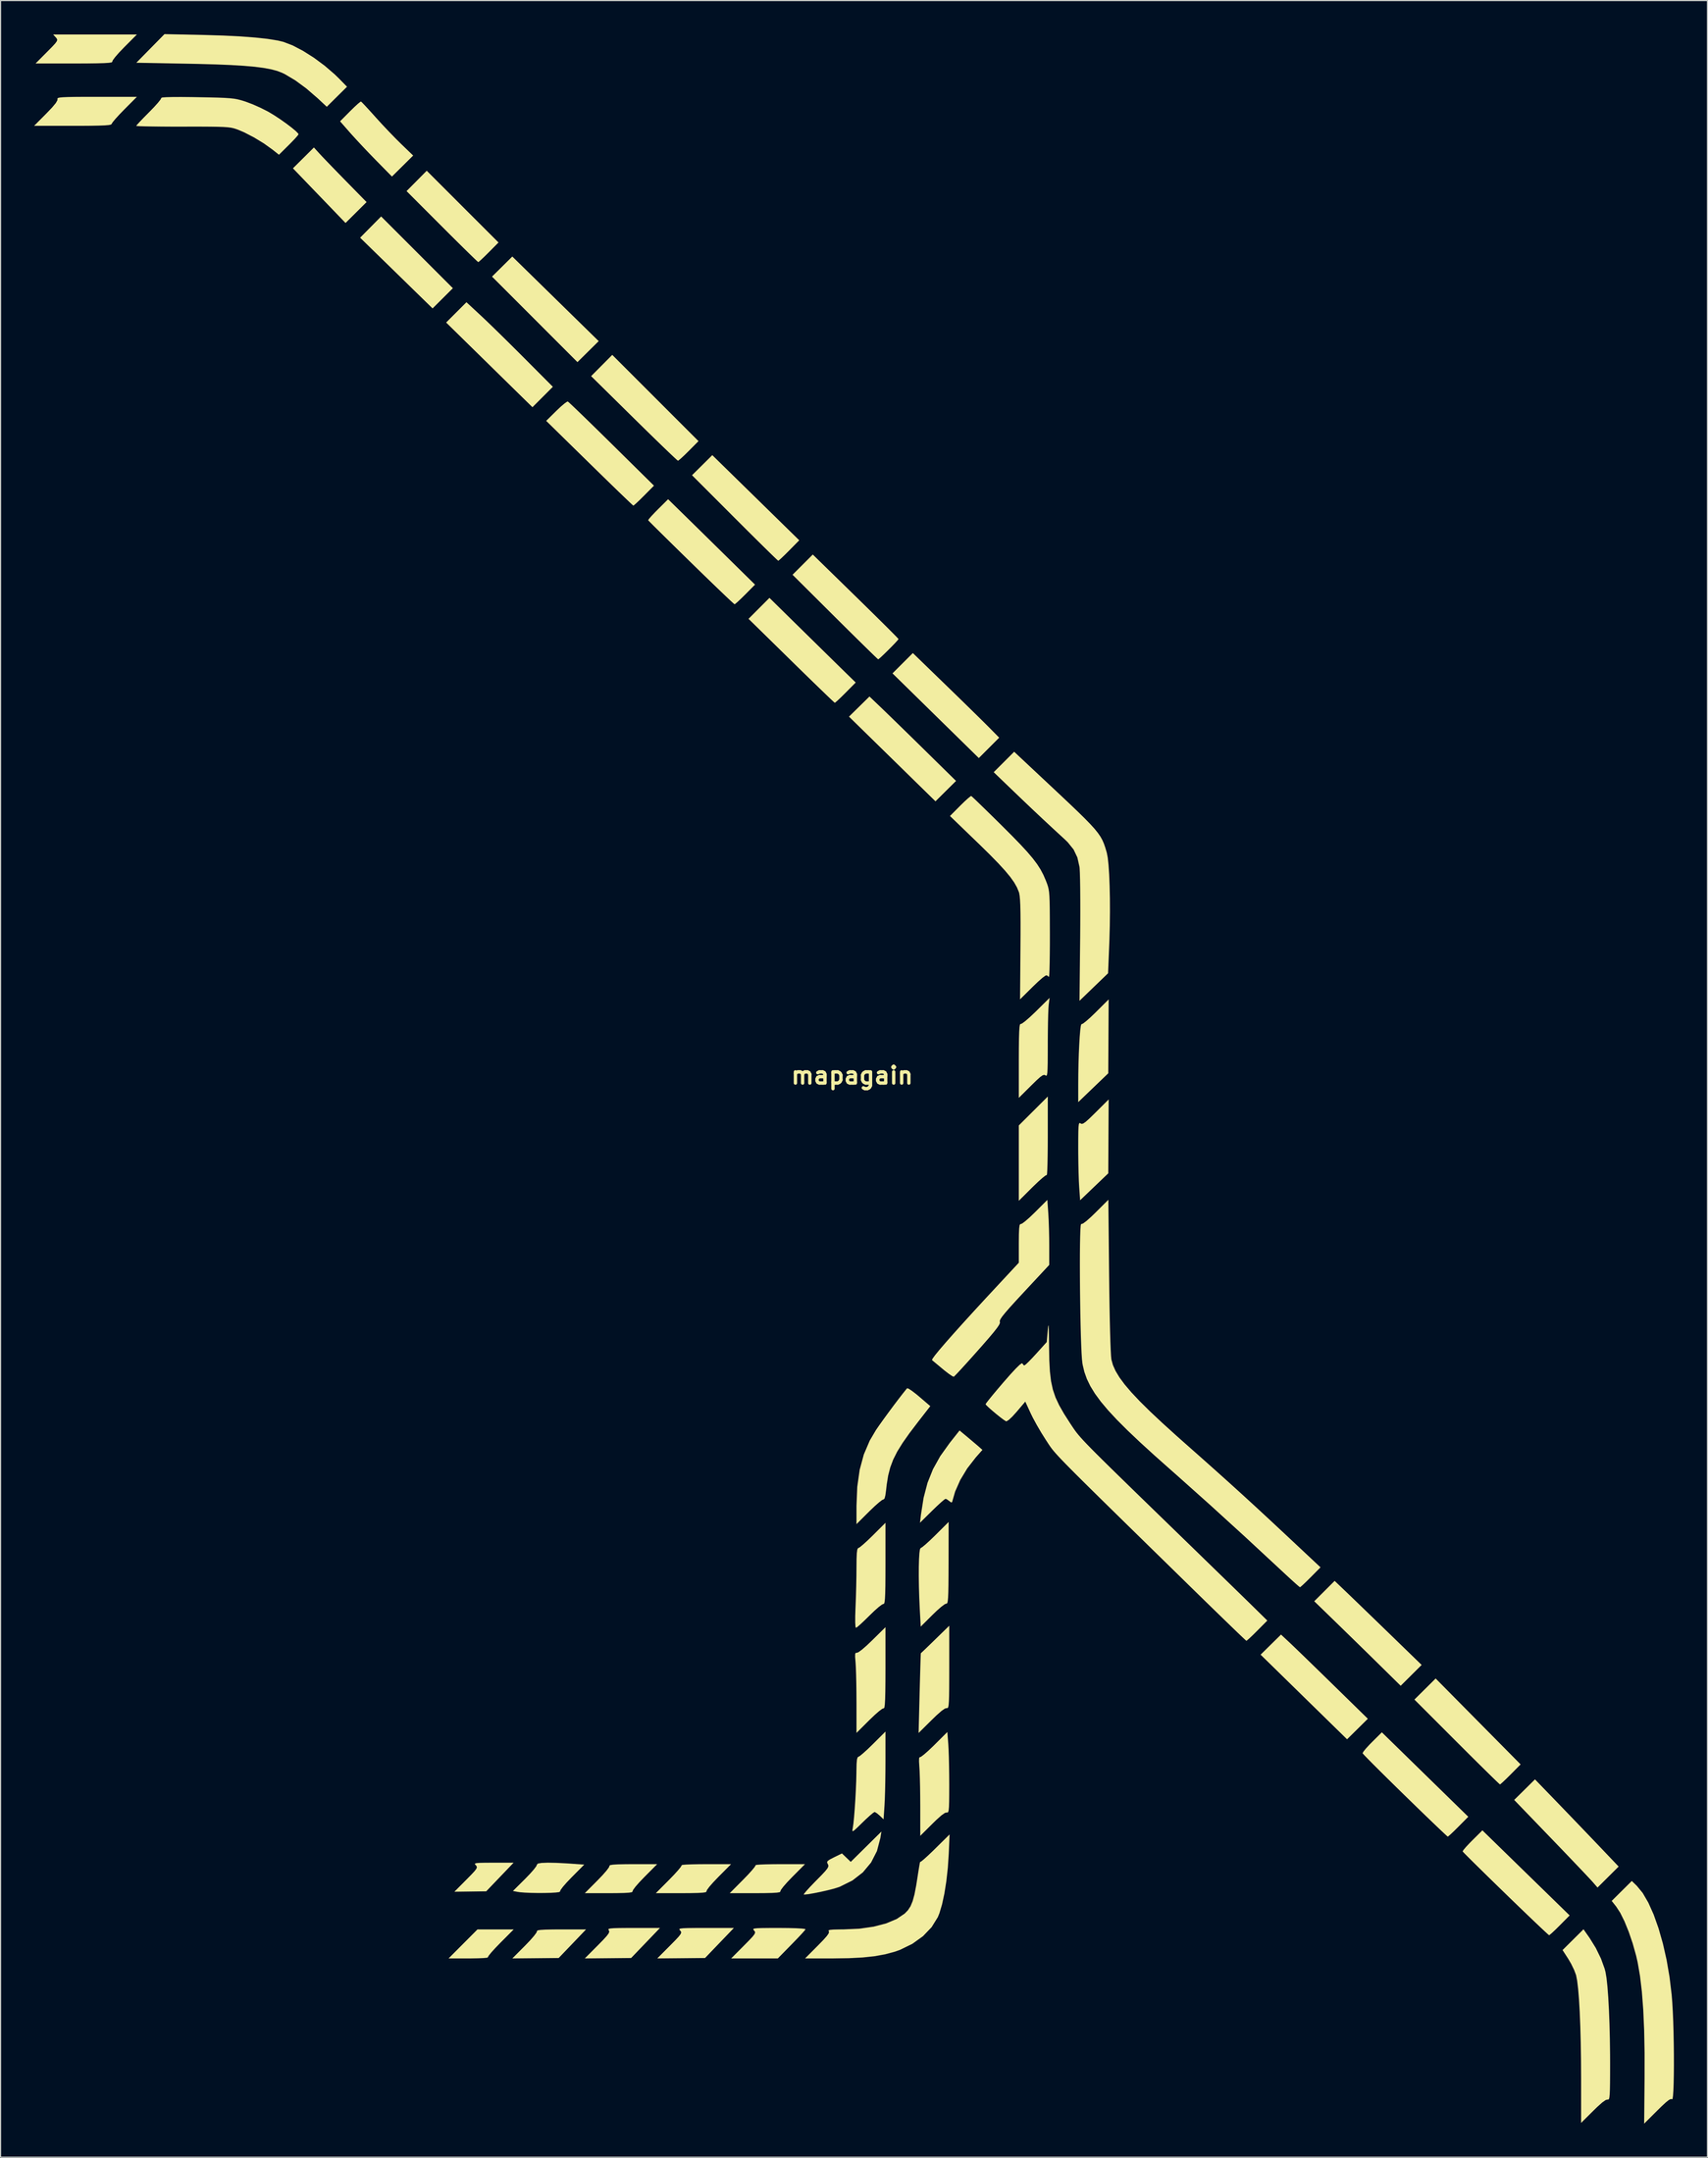
<source format=kicad_pcb>
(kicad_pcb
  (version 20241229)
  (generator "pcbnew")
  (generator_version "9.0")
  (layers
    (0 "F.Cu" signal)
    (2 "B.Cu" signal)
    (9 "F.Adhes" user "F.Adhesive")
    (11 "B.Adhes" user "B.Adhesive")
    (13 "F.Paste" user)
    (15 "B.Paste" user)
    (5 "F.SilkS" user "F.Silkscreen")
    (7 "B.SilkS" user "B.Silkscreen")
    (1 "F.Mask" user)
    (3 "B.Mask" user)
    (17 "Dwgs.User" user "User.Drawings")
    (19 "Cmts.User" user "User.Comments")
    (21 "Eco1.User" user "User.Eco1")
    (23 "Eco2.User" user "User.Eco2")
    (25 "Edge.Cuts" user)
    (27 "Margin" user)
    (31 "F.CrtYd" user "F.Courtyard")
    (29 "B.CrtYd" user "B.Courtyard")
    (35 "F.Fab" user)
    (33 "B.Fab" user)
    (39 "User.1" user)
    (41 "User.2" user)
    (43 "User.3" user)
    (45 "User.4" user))
  (footprint "mapagain"
    (layer "F.Cu")
    (at 73.149 93.08)
    (property "Reference" "mapagain" (at 0 0 0) (layer "F.SilkS") (effects (font (size 1.5 1.5) (thickness 0.3))))
    (attr board_only exclude_from_pos_files exclude_from_bom)
    (fp_poly (pts (xy -38.91 -73.575) (xy -35.704 -70.369) (xy -36.61 -69.466) (xy -37.517 -68.563) (xy -40.757 -71.723) (xy -43.996 -74.883) (xy -43.056 -75.833) (xy -42.117 -76.782)) (stroke (width 0) (type solid)) (fill yes) (layer "F.SilkS"))
    (fp_poly (pts (xy -26.526 -69.419) (xy -22.664 -65.638) (xy -23.613 -64.7) (xy -24.562 -63.761) (xy -28.382 -67.583) (xy -32.202 -71.405) (xy -31.295 -72.303) (xy -30.389 -73.201)) (stroke (width 0) (type solid)) (fill yes) (layer "F.SilkS"))
    (fp_poly (pts (xy -47.623 -82.392) (xy -47.375 -82.126) (xy -46.982 -81.715) (xy -46.482 -81.197) (xy -45.914 -80.612) (xy -45.315 -79.999) (xy -45.269 -79.952) (xy -43.419 -78.067) (xy -44.36 -77.132) (xy -45.301 -76.198) (xy -47.652 -78.641) (xy -50.004 -81.084) (xy -49.066 -82.016) (xy -48.128 -82.948)) (stroke (width 0) (type solid)) (fill yes) (layer "F.SilkS"))
    (fp_poly (pts (xy -33.217 -67.937) (xy -32.774 -67.519) (xy -32.189 -66.956) (xy -31.503 -66.287) (xy -30.757 -65.553) (xy -29.991 -64.793) (xy -29.354 -64.157) (xy -26.763 -61.556) (xy -27.675 -60.644) (xy -28.587 -59.732) (xy -32.446 -63.516) (xy -36.305 -67.301) (xy -35.397 -68.209) (xy -34.489 -69.117)) (stroke (width 0) (type solid)) (fill yes) (layer "F.SilkS"))
    (fp_poly (pts (xy 2.556 -32.914) (xy 2.91 -32.573) (xy 3.415 -32.084) (xy 4.037 -31.479) (xy 4.742 -30.791) (xy 5.496 -30.054) (xy 6.265 -29.299) (xy 6.427 -29.14) (xy 9.291 -26.326) (xy 8.371 -25.415) (xy 7.452 -24.504) (xy 3.585 -28.289) (xy -0.282 -32.074) (xy 0.633 -32.974) (xy 1.548 -33.874)) (stroke (width 0) (type solid)) (fill yes) (layer "F.SilkS"))
    (fp_poly (pts (xy 8.383 -34.893) (xy 9.158 -34.141) (xy 9.918 -33.401) (xy 10.63 -32.705) (xy 11.263 -32.084) (xy 11.784 -31.57) (xy 12.16 -31.195) (xy 12.244 -31.111) (xy 13.149 -30.193) (xy 12.238 -29.282) (xy 11.327 -28.371) (xy 7.468 -32.155) (xy 3.609 -35.94) (xy 4.518 -36.849) (xy 5.427 -37.758)) (stroke (width 0) (type solid)) (fill yes) (layer "F.SilkS"))
    (fp_poly (pts (xy 39.099 50.674) (xy 39.375 50.936) (xy 39.807 51.351) (xy 40.368 51.892) (xy 41.027 52.532) (xy 41.757 53.242) (xy 42.528 53.994) (xy 42.982 54.437) (xy 46.114 57.501) (xy 45.185 58.419) (xy 44.256 59.336) (xy 40.39 55.554) (xy 36.525 51.772) (xy 37.437 50.873) (xy 38.349 49.975)) (stroke (width 0) (type solid)) (fill yes) (layer "F.SilkS"))
    (fp_poly (pts (xy -31.465 77.535) (xy -31.903 77.988) (xy -32.256 78.377) (xy -32.491 78.667) (xy -32.578 78.819) (xy -32.575 78.831) (xy -32.663 78.863) (xy -32.967 78.891) (xy -33.443 78.911) (xy -34.047 78.921) (xy -34.285 78.921) (xy -36.086 78.921) (xy -34.795 77.626) (xy -33.504 76.33) (xy -31.885 76.33) (xy -30.265 76.33)) (stroke (width 0) (type solid)) (fill yes) (layer "F.SilkS"))
    (fp_poly (pts (xy -25.018 77.608) (xy -26.242 78.886) (xy -28.313 78.904) (xy -30.384 78.921) (xy -29.237 77.769) (xy -28.789 77.302) (xy -28.445 76.907) (xy -28.231 76.619) (xy -28.177 76.473) (xy -28.178 76.473) (xy -28.126 76.416) (xy -27.881 76.375) (xy -27.425 76.348) (xy -26.74 76.333) (xy -26.03 76.33) (xy -23.794 76.33)) (stroke (width 0) (type solid)) (fill yes) (layer "F.SilkS"))
    (fp_poly (pts (xy -34.831 -77.661) (xy -31.623 -74.455) (xy -32.493 -73.578) (xy -32.874 -73.2) (xy -33.187 -72.904) (xy -33.386 -72.73) (xy -33.432 -72.701) (xy -33.537 -72.789) (xy -33.803 -73.041) (xy -34.209 -73.434) (xy -34.733 -73.948) (xy -35.355 -74.562) (xy -36.053 -75.255) (xy -36.673 -75.875) (xy -39.845 -79.049) (xy -38.942 -79.958) (xy -38.04 -80.868)) (stroke (width 0) (type solid)) (fill yes) (layer "F.SilkS"))
    (fp_poly (pts (xy -17.595 -60.555) (xy -13.739 -56.7) (xy -14.609 -55.824) (xy -14.994 -55.445) (xy -15.313 -55.149) (xy -15.521 -54.976) (xy -15.574 -54.947) (xy -15.683 -55.035) (xy -15.957 -55.287) (xy -16.376 -55.683) (xy -16.919 -56.204) (xy -17.568 -56.832) (xy -18.302 -57.548) (xy -19.102 -58.332) (xy -19.504 -58.727) (xy -23.34 -62.508) (xy -22.396 -63.459) (xy -21.451 -64.41)) (stroke (width 0) (type solid)) (fill yes) (layer "F.SilkS"))
    (fp_poly (pts (xy -8.618 -51.642) (xy -4.73 -47.836) (xy -5.634 -46.92) (xy -6.022 -46.533) (xy -6.342 -46.227) (xy -6.551 -46.042) (xy -6.607 -46.005) (xy -6.71 -46.094) (xy -6.977 -46.347) (xy -7.388 -46.746) (xy -7.923 -47.271) (xy -8.564 -47.904) (xy -9.291 -48.625) (xy -10.084 -49.416) (xy -10.497 -49.828) (xy -14.318 -53.651) (xy -13.412 -54.549) (xy -12.506 -55.448)) (stroke (width 0) (type solid)) (fill yes) (layer "F.SilkS"))
    (fp_poly (pts (xy 17.495 5.434) (xy 17.492 6.358) (xy 17.483 7.185) (xy 17.469 7.885) (xy 17.451 8.424) (xy 17.43 8.772) (xy 17.407 8.896) (xy 17.404 8.894) (xy 17.285 8.947) (xy 17.021 9.154) (xy 16.649 9.484) (xy 16.207 9.907) (xy 16.108 10.004) (xy 14.903 11.205) (xy 14.903 7.835) (xy 14.903 4.466) (xy 16.199 3.175) (xy 17.495 1.884)) (stroke (width 0) (type solid)) (fill yes) (layer "F.SilkS"))
    (fp_poly (pts (xy 55.976 57.741) (xy 59.775 61.581) (xy 58.887 62.476) (xy 58.501 62.858) (xy 58.185 63.158) (xy 57.981 63.338) (xy 57.93 63.37) (xy 57.827 63.282) (xy 57.56 63.029) (xy 57.149 62.63) (xy 56.614 62.105) (xy 55.974 61.473) (xy 55.248 60.753) (xy 54.457 59.964) (xy 54.07 59.578) (xy 50.279 55.785) (xy 51.228 54.843) (xy 52.177 53.9)) (stroke (width 0) (type solid)) (fill yes) (layer "F.SilkS"))
    (fp_poly (pts (xy -31.498 71.647) (xy -32.722 72.925) (xy -34.145 72.943) (xy -35.567 72.96) (xy -34.5 71.887) (xy -34.047 71.427) (xy -33.754 71.111) (xy -33.598 70.902) (xy -33.554 70.762) (xy -33.598 70.655) (xy -33.656 70.591) (xy -33.73 70.503) (xy -33.722 70.442) (xy -33.597 70.403) (xy -33.322 70.381) (xy -32.86 70.371) (xy -32.179 70.368) (xy -32.077 70.368) (xy -30.274 70.368)) (stroke (width 0) (type solid)) (fill yes) (layer "F.SilkS"))
    (fp_poly (pts (xy -18.474 77.543) (xy -19.763 78.886) (xy -21.834 78.904) (xy -23.904 78.921) (xy -22.751 77.763) (xy -22.27 77.272) (xy -21.954 76.927) (xy -21.778 76.692) (xy -21.718 76.535) (xy -21.75 76.423) (xy -21.765 76.402) (xy -21.803 76.331) (xy -21.758 76.278) (xy -21.601 76.242) (xy -21.299 76.219) (xy -20.82 76.206) (xy -20.135 76.201) (xy -19.559 76.2) (xy -17.185 76.2)) (stroke (width 0) (type solid)) (fill yes) (layer "F.SilkS"))
    (fp_poly (pts (xy -11.865 77.543) (xy -13.154 78.886) (xy -15.289 78.904) (xy -17.425 78.921) (xy -16.292 77.784) (xy -15.823 77.308) (xy -15.514 76.978) (xy -15.343 76.757) (xy -15.284 76.611) (xy -15.315 76.502) (xy -15.383 76.423) (xy -15.447 76.346) (xy -15.441 76.29) (xy -15.336 76.25) (xy -15.101 76.224) (xy -14.705 76.209) (xy -14.118 76.202) (xy -13.31 76.2) (xy -13.091 76.2) (xy -10.575 76.2)) (stroke (width 0) (type solid)) (fill yes) (layer "F.SilkS"))
    (fp_poly (pts (xy 22.92 -3.496) (xy 22.902 -0.194) (xy 21.559 1.095) (xy 20.216 2.384) (xy 20.216 0.824) (xy 20.223 -0.113) (xy 20.241 -1.044) (xy 20.269 -1.934) (xy 20.306 -2.751) (xy 20.348 -3.457) (xy 20.395 -4.02) (xy 20.444 -4.405) (xy 20.493 -4.576) (xy 20.509 -4.58) (xy 20.642 -4.637) (xy 20.917 -4.848) (xy 21.294 -5.18) (xy 21.736 -5.602) (xy 21.785 -5.651) (xy 22.938 -6.798)) (stroke (width 0) (type solid)) (fill yes) (layer "F.SilkS"))
    (fp_poly (pts (xy 44.089 46.076) (xy 44.423 46.396) (xy 44.911 46.866) (xy 45.52 47.454) (xy 46.217 48.127) (xy 46.97 48.855) (xy 47.745 49.606) (xy 47.979 49.833) (xy 50.925 52.69) (xy 49.988 53.621) (xy 49.051 54.552) (xy 46.977 52.513) (xy 46.224 51.773) (xy 45.391 50.958) (xy 44.546 50.132) (xy 43.754 49.36) (xy 43.112 48.736) (xy 41.321 46.998) (xy 42.233 46.087) (xy 43.144 45.175)) (stroke (width 0) (type solid)) (fill yes) (layer "F.SilkS"))
    (fp_poly (pts (xy 63.001 64.926) (xy 63.736 65.688) (xy 64.561 66.545) (xy 65.403 67.423) (xy 66.194 68.249) (xy 66.742 68.823) (xy 68.541 70.712) (xy 67.596 71.65) (xy 66.652 72.588) (xy 66.223 72.094) (xy 66.035 71.887) (xy 65.69 71.519) (xy 65.212 71.013) (xy 64.624 70.396) (xy 63.951 69.691) (xy 63.215 68.924) (xy 62.497 68.178) (xy 59.2 64.756) (xy 60.13 63.837) (xy 61.059 62.917)) (stroke (width 0) (type solid)) (fill yes) (layer "F.SilkS"))
    (fp_poly (pts (xy -65.106 -91.894) (xy -65.554 -91.427) (xy -65.898 -91.032) (xy -66.112 -90.745) (xy -66.165 -90.599) (xy -66.165 -90.598) (xy -66.22 -90.552) (xy -66.457 -90.515) (xy -66.893 -90.488) (xy -67.542 -90.469) (xy -68.42 -90.459) (xy -69.541 -90.455) (xy -69.548 -90.455) (xy -73.019 -90.455) (xy -71.993 -91.487) (xy -71.55 -91.935) (xy -71.267 -92.241) (xy -71.119 -92.442) (xy -71.081 -92.58) (xy -71.131 -92.694) (xy -71.206 -92.783) (xy -71.445 -93.047) (xy -67.702 -93.047) (xy -63.959 -93.047)) (stroke (width 0) (type solid)) (fill yes) (layer "F.SilkS"))
    (fp_poly (pts (xy -43.805 -86.95) (xy -43.554 -86.688) (xy -43.199 -86.303) (xy -42.773 -85.832) (xy -42.619 -85.659) (xy -42.054 -85.04) (xy -41.428 -84.375) (xy -40.818 -83.747) (xy -40.329 -83.262) (xy -39.253 -82.226) (xy -40.202 -81.287) (xy -41.151 -80.348) (xy -42.584 -81.805) (xy -43.17 -82.409) (xy -43.778 -83.048) (xy -44.344 -83.656) (xy -44.806 -84.164) (xy -44.903 -84.274) (xy -45.79 -85.285) (xy -44.896 -86.186) (xy -44.508 -86.566) (xy -44.186 -86.86) (xy -43.975 -87.029) (xy -43.917 -87.054)) (stroke (width 0) (type solid)) (fill yes) (layer "F.SilkS"))
    (fp_poly (pts (xy -18.583 71.651) (xy -19.03 72.118) (xy -19.375 72.512) (xy -19.588 72.8) (xy -19.642 72.946) (xy -19.642 72.947) (xy -19.693 73.004) (xy -19.939 73.045) (xy -20.396 73.073) (xy -21.083 73.087) (xy -21.729 73.09) (xy -23.904 73.09) (xy -22.757 71.937) (xy -22.31 71.47) (xy -21.965 71.075) (xy -21.751 70.787) (xy -21.698 70.642) (xy -21.698 70.641) (xy -21.647 70.584) (xy -21.401 70.543) (xy -20.943 70.515) (xy -20.256 70.501) (xy -19.611 70.498) (xy -17.436 70.498)) (stroke (width 0) (type solid)) (fill yes) (layer "F.SilkS"))
    (fp_poly (pts (xy -11.974 71.651) (xy -12.421 72.118) (xy -12.766 72.512) (xy -12.979 72.8) (xy -13.033 72.946) (xy -13.032 72.947) (xy -13.084 73.002) (xy -13.329 73.043) (xy -13.783 73.071) (xy -14.465 73.086) (xy -15.249 73.09) (xy -17.555 73.09) (xy -16.354 71.884) (xy -15.916 71.432) (xy -15.564 71.042) (xy -15.328 70.753) (xy -15.241 70.6) (xy -15.244 70.589) (xy -15.152 70.559) (xy -14.84 70.534) (xy -14.348 70.514) (xy -13.714 70.502) (xy -13.081 70.498) (xy -10.826 70.498)) (stroke (width 0) (type solid)) (fill yes) (layer "F.SilkS"))
    (fp_poly (pts (xy -5.364 71.651) (xy -5.812 72.118) (xy -6.156 72.512) (xy -6.37 72.8) (xy -6.424 72.946) (xy -6.423 72.947) (xy -6.475 73.002) (xy -6.719 73.043) (xy -7.174 73.071) (xy -7.856 73.086) (xy -8.64 73.09) (xy -10.945 73.09) (xy -9.745 71.884) (xy -9.307 71.432) (xy -8.955 71.042) (xy -8.719 70.753) (xy -8.632 70.6) (xy -8.635 70.589) (xy -8.543 70.559) (xy -8.231 70.534) (xy -7.738 70.514) (xy -7.105 70.502) (xy -6.471 70.498) (xy -4.217 70.498)) (stroke (width 0) (type solid)) (fill yes) (layer "F.SilkS"))
    (fp_poly (pts (xy 22.92 5.446) (xy 22.903 8.747) (xy 21.644 9.952) (xy 20.386 11.156) (xy 20.301 9.964) (xy 20.272 9.423) (xy 20.248 8.697) (xy 20.229 7.859) (xy 20.218 6.985) (xy 20.216 6.444) (xy 20.218 5.615) (xy 20.226 5.014) (xy 20.242 4.608) (xy 20.27 4.367) (xy 20.313 4.259) (xy 20.373 4.252) (xy 20.418 4.283) (xy 20.526 4.33) (xy 20.671 4.291) (xy 20.887 4.141) (xy 21.207 3.855) (xy 21.665 3.41) (xy 21.779 3.297) (xy 22.938 2.144)) (stroke (width 0) (type solid)) (fill yes) (layer "F.SilkS"))
    (fp_poly (pts (xy -4.507 -39.853) (xy -3.739 -39.098) (xy -2.981 -38.354) (xy -2.267 -37.653) (xy -1.63 -37.028) (xy -1.103 -36.511) (xy -0.719 -36.136) (xy -0.65 -36.068) (xy 0.319 -35.122) (xy -0.582 -34.213) (xy -0.97 -33.829) (xy -1.289 -33.527) (xy -1.497 -33.346) (xy -1.552 -33.312) (xy -1.656 -33.401) (xy -1.925 -33.653) (xy -2.34 -34.049) (xy -2.88 -34.57) (xy -3.526 -35.196) (xy -4.259 -35.91) (xy -5.058 -36.691) (xy -5.443 -37.068) (xy -9.266 -40.817) (xy -8.33 -41.754) (xy -7.395 -42.691)) (stroke (width 0) (type solid)) (fill yes) (layer "F.SilkS"))
    (fp_poly (pts (xy -26.451 70.381) (xy -25.49 70.43) (xy -25.151 70.453) (xy -23.955 70.538) (xy -25.082 71.671) (xy -25.525 72.133) (xy -25.865 72.524) (xy -26.073 72.807) (xy -26.121 72.947) (xy -26.208 72.995) (xy -26.503 73.033) (xy -26.952 73.06) (xy -27.505 73.074) (xy -28.11 73.076) (xy -28.714 73.065) (xy -29.266 73.041) (xy -29.715 73.004) (xy -29.908 72.976) (xy -30.333 72.895) (xy -29.226 71.795) (xy -28.802 71.356) (xy -28.463 70.972) (xy -28.245 70.684) (xy -28.18 70.532) (xy -28.18 70.531) (xy -28.095 70.442) (xy -27.768 70.387) (xy -27.215 70.366)) (stroke (width 0) (type solid)) (fill yes) (layer "F.SilkS"))
    (fp_poly (pts (xy -25.31 -60.145) (xy -25.028 -59.883) (xy -24.603 -59.477) (xy -24.054 -58.948) (xy -23.401 -58.313) (xy -22.665 -57.593) (xy -21.865 -56.807) (xy -21.509 -56.457) (xy -17.721 -52.719) (xy -18.609 -51.824) (xy -18.994 -51.443) (xy -19.31 -51.144) (xy -19.514 -50.967) (xy -19.565 -50.936) (xy -19.669 -51.025) (xy -19.938 -51.276) (xy -20.353 -51.672) (xy -20.895 -52.193) (xy -21.542 -52.82) (xy -22.276 -53.534) (xy -23.078 -54.317) (xy -23.496 -54.726) (xy -27.359 -58.511) (xy -26.458 -59.401) (xy -26.062 -59.776) (xy -25.725 -60.062) (xy -25.496 -60.223) (xy -25.427 -60.243)) (stroke (width 0) (type solid)) (fill yes) (layer "F.SilkS"))
    (fp_poly (pts (xy -5.705 76.206) (xy -5.014 76.224) (xy -4.512 76.252) (xy -4.227 76.289) (xy -4.169 76.322) (xy -4.271 76.456) (xy -4.521 76.735) (xy -4.884 77.121) (xy -5.324 77.577) (xy -5.428 77.683) (xy -6.643 78.921) (xy -8.729 78.921) (xy -10.816 78.921) (xy -9.683 77.784) (xy -9.214 77.308) (xy -8.905 76.978) (xy -8.734 76.757) (xy -8.675 76.611) (xy -8.706 76.502) (xy -8.774 76.423) (xy -8.839 76.345) (xy -8.833 76.288) (xy -8.726 76.248) (xy -8.487 76.223) (xy -8.086 76.208) (xy -7.49 76.202) (xy -6.67 76.2) (xy -6.561 76.2)) (stroke (width 0) (type solid)) (fill yes) (layer "F.SilkS"))
    (fp_poly (pts (xy 0.313 -42.822) (xy 1.137 -42.016) (xy 1.9 -41.266) (xy 2.583 -40.592) (xy 3.167 -40.012) (xy 3.631 -39.546) (xy 3.958 -39.214) (xy 4.127 -39.034) (xy 4.147 -39.007) (xy 4.061 -38.891) (xy 3.837 -38.646) (xy 3.523 -38.321) (xy 3.169 -37.967) (xy 2.825 -37.631) (xy 2.539 -37.363) (xy 2.361 -37.212) (xy 2.329 -37.195) (xy 2.227 -37.284) (xy 1.961 -37.537) (xy 1.551 -37.935) (xy 1.016 -38.459) (xy 0.375 -39.089) (xy -0.352 -39.807) (xy -1.145 -40.594) (xy -1.531 -40.977) (xy -5.329 -44.756) (xy -4.425 -45.66) (xy -3.52 -46.565)) (stroke (width 0) (type solid)) (fill yes) (layer "F.SilkS"))
    (fp_poly (pts (xy 51.23 62.486) (xy 55.095 66.261) (xy 54.214 67.148) (xy 53.83 67.529) (xy 53.514 67.827) (xy 53.311 68.005) (xy 53.261 68.036) (xy 53.155 67.948) (xy 52.885 67.698) (xy 52.469 67.306) (xy 51.927 66.789) (xy 51.281 66.167) (xy 50.549 65.459) (xy 49.752 64.684) (xy 49.434 64.375) (xy 48.618 63.576) (xy 47.86 62.83) (xy 47.182 62.159) (xy 46.603 61.581) (xy 46.144 61.116) (xy 45.823 60.785) (xy 45.661 60.607) (xy 45.645 60.584) (xy 45.716 60.442) (xy 45.936 60.168) (xy 46.266 59.808) (xy 46.488 59.583) (xy 47.366 58.711)) (stroke (width 0) (type solid)) (fill yes) (layer "F.SilkS"))
    (fp_poly (pts (xy 60.258 71.278) (xy 64.159 75.081) (xy 63.282 75.964) (xy 62.898 76.344) (xy 62.58 76.642) (xy 62.374 76.818) (xy 62.323 76.848) (xy 62.215 76.761) (xy 61.942 76.511) (xy 61.523 76.119) (xy 60.978 75.602) (xy 60.328 74.981) (xy 59.592 74.273) (xy 58.789 73.497) (xy 58.432 73.15) (xy 57.608 72.349) (xy 56.844 71.604) (xy 56.16 70.932) (xy 55.574 70.355) (xy 55.107 69.891) (xy 54.779 69.56) (xy 54.609 69.382) (xy 54.59 69.357) (xy 54.662 69.231) (xy 54.882 68.969) (xy 55.213 68.615) (xy 55.457 68.368) (xy 56.357 67.475)) (stroke (width 0) (type solid)) (fill yes) (layer "F.SilkS"))
    (fp_poly (pts (xy -65.09 -86.338) (xy -65.524 -85.89) (xy -65.881 -85.498) (xy -66.125 -85.203) (xy -66.221 -85.046) (xy -66.221 -85.042) (xy -66.282 -84.992) (xy -66.478 -84.952) (xy -66.833 -84.923) (xy -67.367 -84.902) (xy -68.105 -84.889) (xy -69.067 -84.883) (xy -69.685 -84.883) (xy -73.149 -84.883) (xy -72.064 -85.973) (xy -71.541 -86.52) (xy -71.21 -86.917) (xy -71.063 -87.175) (xy -71.059 -87.269) (xy -71.061 -87.33) (xy -70.998 -87.377) (xy -70.842 -87.413) (xy -70.566 -87.439) (xy -70.144 -87.457) (xy -69.547 -87.468) (xy -68.75 -87.473) (xy -67.724 -87.474) (xy -67.548 -87.474) (xy -63.959 -87.474)) (stroke (width 0) (type solid)) (fill yes) (layer "F.SilkS"))
    (fp_poly (pts (xy 8.623 43.588) (xy 8.619 44.686) (xy 8.612 45.548) (xy 8.599 46.201) (xy 8.579 46.668) (xy 8.551 46.975) (xy 8.514 47.145) (xy 8.467 47.204) (xy 8.444 47.201) (xy 8.284 47.261) (xy 7.984 47.482) (xy 7.581 47.834) (xy 7.201 48.199) (xy 6.132 49.263) (xy 6.046 47.679) (xy 6 46.663) (xy 5.971 45.678) (xy 5.958 44.757) (xy 5.961 43.931) (xy 5.98 43.235) (xy 6.013 42.7) (xy 6.062 42.36) (xy 6.121 42.247) (xy 6.268 42.16) (xy 6.557 41.922) (xy 6.946 41.569) (xy 7.397 41.135) (xy 7.454 41.078) (xy 8.628 39.909)) (stroke (width 0) (type solid)) (fill yes) (layer "F.SilkS"))
    (fp_poly (pts (xy 8.683 52.904) (xy 8.681 53.988) (xy 8.677 54.838) (xy 8.668 55.483) (xy 8.652 55.949) (xy 8.629 56.262) (xy 8.596 56.448) (xy 8.552 56.536) (xy 8.496 56.55) (xy 8.477 56.544) (xy 8.301 56.585) (xy 7.993 56.8) (xy 7.541 57.198) (xy 7.107 57.618) (xy 5.943 58.77) (xy 6.033 55.206) (xy 6.058 54.275) (xy 6.081 53.436) (xy 6.102 52.719) (xy 6.12 52.16) (xy 6.134 51.79) (xy 6.143 51.643) (xy 6.144 51.642) (xy 6.238 51.557) (xy 6.484 51.324) (xy 6.846 50.975) (xy 7.29 50.544) (xy 7.423 50.414) (xy 8.683 49.185)) (stroke (width 0) (type solid)) (fill yes) (layer "F.SilkS"))
    (fp_poly (pts (xy 10.343 32.347) (xy 10.75 32.69) (xy 11.116 33) (xy 11.362 33.212) (xy 11.365 33.215) (xy 11.65 33.468) (xy 11.046 34.153) (xy 10.29 35.126) (xy 9.666 36.16) (xy 9.211 37.19) (xy 9.009 37.888) (xy 8.939 38.136) (xy 8.842 38.164) (xy 8.699 38.05) (xy 8.474 37.887) (xy 8.351 37.841) (xy 8.218 37.927) (xy 7.943 38.161) (xy 7.568 38.507) (xy 7.151 38.91) (xy 6.067 39.979) (xy 6.151 39.266) (xy 6.39 37.747) (xy 6.741 36.41) (xy 7.229 35.191) (xy 7.879 34.027) (xy 8.717 32.855) (xy 8.753 32.809) (xy 9.605 31.732)) (stroke (width 0) (type solid)) (fill yes) (layer "F.SilkS"))
    (fp_poly (pts (xy 2.981 52.981) (xy 2.977 54.138) (xy 2.967 55.052) (xy 2.95 55.736) (xy 2.924 56.205) (xy 2.89 56.475) (xy 2.846 56.561) (xy 2.837 56.558) (xy 2.693 56.61) (xy 2.407 56.822) (xy 2.013 57.166) (xy 1.546 57.612) (xy 1.541 57.617) (xy 0.389 58.764) (xy 0.388 56.046) (xy 0.383 55.165) (xy 0.372 54.311) (xy 0.354 53.54) (xy 0.332 52.908) (xy 0.306 52.472) (xy 0.303 52.435) (xy 0.266 51.962) (xy 0.273 51.7) (xy 0.328 51.603) (xy 0.401 51.61) (xy 0.569 51.549) (xy 0.885 51.317) (xy 1.324 50.934) (xy 1.782 50.496) (xy 2.981 49.315)) (stroke (width 0) (type solid)) (fill yes) (layer "F.SilkS"))
    (fp_poly (pts (xy -57.928 -93.004) (xy -56.233 -92.953) (xy -54.714 -92.877) (xy -53.388 -92.777) (xy -52.273 -92.656) (xy -51.385 -92.513) (xy -50.865 -92.39) (xy -50.034 -92.072) (xy -49.103 -91.585) (xy -48.127 -90.967) (xy -47.163 -90.253) (xy -46.267 -89.482) (xy -45.878 -89.103) (xy -45.168 -88.378) (xy -46.073 -87.482) (xy -46.977 -86.585) (xy -47.819 -87.369) (xy -48.816 -88.229) (xy -49.802 -88.951) (xy -50.724 -89.499) (xy -50.976 -89.621) (xy -51.416 -89.79) (xy -51.956 -89.934) (xy -52.619 -90.057) (xy -53.425 -90.161) (xy -54.395 -90.246) (xy -55.551 -90.316) (xy -56.912 -90.372) (xy -58.5 -90.416) (xy -59.446 -90.435) (xy -64.009 -90.52) (xy -62.75 -91.8) (xy -61.491 -93.08)) (stroke (width 0) (type solid)) (fill yes) (layer "F.SilkS"))
    (fp_poly (pts (xy -14.74 -49.826) (xy -14.104 -49.202) (xy -13.345 -48.457) (xy -12.523 -47.649) (xy -11.699 -46.839) (xy -10.935 -46.087) (xy -10.854 -46.008) (xy -8.684 -43.872) (xy -9.555 -42.994) (xy -9.939 -42.616) (xy -10.255 -42.32) (xy -10.461 -42.146) (xy -10.511 -42.117) (xy -10.619 -42.205) (xy -10.893 -42.455) (xy -11.311 -42.849) (xy -11.855 -43.368) (xy -12.504 -43.992) (xy -13.238 -44.703) (xy -14.038 -45.481) (xy -14.402 -45.836) (xy -15.224 -46.64) (xy -15.986 -47.388) (xy -16.669 -48.06) (xy -17.254 -48.637) (xy -17.721 -49.1) (xy -18.049 -49.429) (xy -18.221 -49.606) (xy -18.241 -49.629) (xy -18.169 -49.746) (xy -17.949 -50) (xy -17.619 -50.35) (xy -17.365 -50.606) (xy -16.457 -51.507)) (stroke (width 0) (type solid)) (fill yes) (layer "F.SilkS"))
    (fp_poly (pts (xy 2.523 68.165) (xy 2.218 69.325) (xy 1.693 70.351) (xy 0.959 71.231) (xy 0.024 71.956) (xy -1.102 72.515) (xy -1.205 72.553) (xy -1.615 72.682) (xy -2.171 72.826) (xy -2.795 72.968) (xy -3.409 73.091) (xy -3.936 73.181) (xy -4.298 73.219) (xy -4.323 73.219) (xy -4.29 73.134) (xy -4.101 72.901) (xy -3.785 72.552) (xy -3.37 72.12) (xy -3.239 71.987) (xy -2.744 71.485) (xy -2.41 71.127) (xy -2.213 70.881) (xy -2.129 70.71) (xy -2.132 70.581) (xy -2.174 70.496) (xy -2.243 70.344) (xy -2.195 70.219) (xy -1.99 70.076) (xy -1.623 69.888) (xy -0.911 69.539) (xy -0.517 69.916) (xy -0.124 70.293) (xy 1.246 68.938) (xy 2.616 67.582)) (stroke (width 0) (type solid)) (fill yes) (layer "F.SilkS"))
    (fp_poly (pts (xy 8.597 59.764) (xy 8.624 60.246) (xy 8.648 60.922) (xy 8.666 61.728) (xy 8.678 62.601) (xy 8.682 63.399) (xy 8.68 64.276) (xy 8.673 64.926) (xy 8.658 65.38) (xy 8.632 65.67) (xy 8.592 65.827) (xy 8.537 65.883) (xy 8.477 65.875) (xy 8.297 65.916) (xy 7.985 66.135) (xy 7.53 66.541) (xy 7.181 66.881) (xy 6.091 67.965) (xy 6.09 65.311) (xy 6.085 64.438) (xy 6.074 63.589) (xy 6.056 62.822) (xy 6.034 62.195) (xy 6.008 61.767) (xy 6.007 61.751) (xy 5.981 61.322) (xy 5.988 61.034) (xy 6.027 60.94) (xy 6.034 60.945) (xy 6.16 60.897) (xy 6.43 60.693) (xy 6.804 60.366) (xy 7.247 59.946) (xy 7.328 59.866) (xy 8.513 58.685)) (stroke (width 0) (type solid)) (fill yes) (layer "F.SilkS"))
    (fp_poly (pts (xy 17.575 -6.3) (xy 17.552 -5.983) (xy 17.531 -5.456) (xy 17.514 -4.766) (xy 17.502 -3.96) (xy 17.495 -3.087) (xy 17.495 -2.752) (xy 17.493 -1.81) (xy 17.488 -1.098) (xy 17.475 -0.588) (xy 17.455 -0.25) (xy 17.423 -0.057) (xy 17.379 0.021) (xy 17.32 0.013) (xy 17.293 -0.006) (xy 17.183 -0.055) (xy 17.036 -0.015) (xy 16.817 0.139) (xy 16.492 0.431) (xy 16.026 0.886) (xy 15.997 0.915) (xy 14.903 2.003) (xy 14.903 -1.339) (xy 14.907 -2.438) (xy 14.918 -3.293) (xy 14.937 -3.92) (xy 14.966 -4.335) (xy 15.004 -4.552) (xy 15.046 -4.592) (xy 15.19 -4.645) (xy 15.478 -4.857) (xy 15.877 -5.202) (xy 16.354 -5.651) (xy 16.423 -5.718) (xy 17.655 -6.933)) (stroke (width 0) (type solid)) (fill yes) (layer "F.SilkS"))
    (fp_poly (pts (xy 5.046 27.995) (xy 5.322 28.174) (xy 5.7 28.462) (xy 5.997 28.709) (xy 6.989 29.558) (xy 5.908 30.946) (xy 5.131 31.967) (xy 4.513 32.844) (xy 4.033 33.619) (xy 3.672 34.335) (xy 3.408 35.037) (xy 3.221 35.766) (xy 3.092 36.566) (xy 3.038 37.045) (xy 2.975 37.516) (xy 2.899 37.811) (xy 2.821 37.887) (xy 2.821 37.887) (xy 2.686 37.943) (xy 2.411 38.154) (xy 2.033 38.486) (xy 1.591 38.907) (xy 1.541 38.956) (xy 0.389 40.103) (xy 0.389 38.471) (xy 0.458 36.765) (xy 0.673 35.247) (xy 1.042 33.882) (xy 1.572 32.639) (xy 2.124 31.701) (xy 2.42 31.271) (xy 2.811 30.724) (xy 3.258 30.113) (xy 3.723 29.487) (xy 4.168 28.9) (xy 4.554 28.402) (xy 4.842 28.045) (xy 4.917 27.958)) (stroke (width 0) (type solid)) (fill yes) (layer "F.SilkS"))
    (fp_poly (pts (xy 2.98 61.3) (xy 2.975 62.206) (xy 2.963 63.12) (xy 2.945 63.974) (xy 2.921 64.701) (xy 2.895 65.222) (xy 2.811 66.491) (xy 2.468 66.162) (xy 2.211 65.945) (xy 2.024 65.836) (xy 2.005 65.833) (xy 1.868 65.918) (xy 1.592 66.149) (xy 1.223 66.487) (xy 0.927 66.772) (xy 0.498 67.19) (xy 0.225 67.443) (xy 0.076 67.548) (xy 0.023 67.522) (xy 0.034 67.383) (xy 0.058 67.258) (xy 0.114 66.87) (xy 0.173 66.282) (xy 0.231 65.551) (xy 0.285 64.735) (xy 0.33 63.893) (xy 0.364 63.083) (xy 0.381 62.363) (xy 0.383 62.172) (xy 0.397 61.537) (xy 0.433 61.135) (xy 0.497 60.938) (xy 0.548 60.908) (xy 0.697 60.821) (xy 0.985 60.584) (xy 1.373 60.233) (xy 1.819 59.802) (xy 1.844 59.777) (xy 2.981 58.646)) (stroke (width 0) (type solid)) (fill yes) (layer "F.SilkS"))
    (fp_poly (pts (xy 2.981 43.639) (xy 2.978 44.746) (xy 2.971 45.617) (xy 2.957 46.275) (xy 2.936 46.742) (xy 2.906 47.042) (xy 2.868 47.197) (xy 2.818 47.231) (xy 2.818 47.23) (xy 2.668 47.293) (xy 2.381 47.509) (xy 1.998 47.846) (xy 1.56 48.268) (xy 1.557 48.271) (xy 1.121 48.699) (xy 0.747 49.05) (xy 0.473 49.287) (xy 0.339 49.374) (xy 0.339 49.374) (xy 0.297 49.25) (xy 0.276 48.899) (xy 0.276 48.351) (xy 0.298 47.637) (xy 0.303 47.528) (xy 0.337 46.654) (xy 0.364 45.675) (xy 0.382 44.715) (xy 0.388 43.964) (xy 0.395 43.217) (xy 0.418 42.702) (xy 0.458 42.391) (xy 0.519 42.257) (xy 0.548 42.247) (xy 0.697 42.16) (xy 0.985 41.923) (xy 1.373 41.571) (xy 1.819 41.141) (xy 1.844 41.116) (xy 2.981 39.984)) (stroke (width 0) (type solid)) (fill yes) (layer "F.SilkS"))
    (fp_poly (pts (xy 65.947 77.1) (xy 66.497 77.988) (xy 66.96 78.936) (xy 67.29 79.847) (xy 67.369 80.153) (xy 67.458 80.69) (xy 67.54 81.455) (xy 67.612 82.412) (xy 67.673 83.53) (xy 67.722 84.776) (xy 67.756 86.117) (xy 67.774 87.519) (xy 67.777 88.278) (xy 67.775 89.298) (xy 67.77 90.086) (xy 67.759 90.671) (xy 67.741 91.081) (xy 67.714 91.344) (xy 67.676 91.488) (xy 67.625 91.54) (xy 67.571 91.534) (xy 67.391 91.575) (xy 67.079 91.794) (xy 66.624 92.2) (xy 66.275 92.54) (xy 65.185 93.624) (xy 65.185 89.657) (xy 65.176 88.004) (xy 65.152 86.447) (xy 65.113 85.011) (xy 65.061 83.716) (xy 64.996 82.588) (xy 64.919 81.648) (xy 64.832 80.92) (xy 64.737 80.427) (xy 64.731 80.406) (xy 64.558 79.947) (xy 64.294 79.406) (xy 64.036 78.964) (xy 63.526 78.176) (xy 64.462 77.247) (xy 65.398 76.317)) (stroke (width 0) (type solid)) (fill yes) (layer "F.SilkS"))
    (fp_poly (pts (xy 70.17 72.438) (xy 70.693 73.075) (xy 71.197 73.941) (xy 71.672 75.002) (xy 72.108 76.229) (xy 72.497 77.589) (xy 72.829 79.052) (xy 73.093 80.586) (xy 73.282 82.16) (xy 73.339 82.874) (xy 73.385 83.681) (xy 73.423 84.58) (xy 73.451 85.537) (xy 73.47 86.522) (xy 73.481 87.502) (xy 73.483 88.445) (xy 73.476 89.317) (xy 73.461 90.088) (xy 73.437 90.725) (xy 73.404 91.195) (xy 73.363 91.466) (xy 73.321 91.516) (xy 73.215 91.487) (xy 73.036 91.572) (xy 72.757 91.794) (xy 72.351 92.172) (xy 71.993 92.524) (xy 70.822 93.69) (xy 70.858 89.668) (xy 70.86 87.375) (xy 70.821 85.324) (xy 70.74 83.503) (xy 70.617 81.896) (xy 70.451 80.491) (xy 70.24 79.274) (xy 70.102 78.671) (xy 69.796 77.579) (xy 69.443 76.543) (xy 69.066 75.615) (xy 68.683 74.845) (xy 68.321 74.289) (xy 67.92 73.782) (xy 68.818 72.891) (xy 69.717 71.999)) (stroke (width 0) (type solid)) (fill yes) (layer "F.SilkS"))
    (fp_poly (pts (xy 17.448 -26.163) (xy 18.528 -25.151) (xy 19.435 -24.296) (xy 20.187 -23.578) (xy 20.8 -22.977) (xy 21.291 -22.473) (xy 21.678 -22.047) (xy 21.976 -21.678) (xy 22.204 -21.348) (xy 22.378 -21.034) (xy 22.515 -20.719) (xy 22.632 -20.382) (xy 22.745 -20.003) (xy 22.771 -19.914) (xy 22.856 -19.471) (xy 22.927 -18.806) (xy 22.984 -17.954) (xy 23.024 -16.952) (xy 23.048 -15.834) (xy 23.053 -14.637) (xy 23.04 -13.398) (xy 23.007 -12.152) (xy 22.992 -11.757) (xy 22.885 -9.136) (xy 21.608 -7.905) (xy 20.331 -6.674) (xy 20.389 -12.246) (xy 20.398 -13.458) (xy 20.402 -14.617) (xy 20.4 -15.692) (xy 20.393 -16.651) (xy 20.381 -17.463) (xy 20.364 -18.094) (xy 20.343 -18.515) (xy 20.331 -18.635) (xy 20.139 -19.488) (xy 19.8 -20.199) (xy 19.271 -20.852) (xy 19.022 -21.093) (xy 17.957 -22.074) (xy 17.014 -22.951) (xy 16.121 -23.791) (xy 15.205 -24.662) (xy 14.462 -25.374) (xy 12.66 -27.107) (xy 13.574 -28.021) (xy 14.488 -28.935)) (stroke (width 0) (type solid)) (fill yes) (layer "F.SilkS"))
    (fp_poly (pts (xy 8.638 69.591) (xy 8.557 70.82) (xy 8.425 72.013) (xy 8.25 73.121) (xy 8.04 74.095) (xy 7.804 74.886) (xy 7.662 75.235) (xy 7.106 76.13) (xy 6.334 76.935) (xy 5.381 77.619) (xy 4.282 78.156) (xy 3.823 78.319) (xy 2.968 78.55) (xy 2.024 78.722) (xy 0.949 78.837) (xy -0.301 78.902) (xy -1.667 78.921) (xy -4.206 78.921) (xy -3.073 77.783) (xy -2.586 77.283) (xy -2.27 76.929) (xy -2.104 76.692) (xy -2.067 76.545) (xy -2.097 76.487) (xy -2.114 76.417) (xy -1.98 76.37) (xy -1.663 76.342) (xy -1.134 76.33) (xy -0.771 76.328) (xy 0.639 76.265) (xy 1.92 76.084) (xy 3.043 75.793) (xy 3.981 75.4) (xy 4.696 74.917) (xy 4.987 74.617) (xy 5.22 74.26) (xy 5.41 73.802) (xy 5.574 73.2) (xy 5.726 72.41) (xy 5.824 71.794) (xy 5.916 71.197) (xy 5.994 70.72) (xy 6.05 70.405) (xy 6.078 70.296) (xy 6.079 70.301) (xy 6.169 70.261) (xy 6.409 70.066) (xy 6.766 69.745) (xy 7.208 69.325) (xy 7.402 69.135) (xy 8.713 67.841)) (stroke (width 0) (type solid)) (fill yes) (layer "F.SilkS"))
    (fp_poly (pts (xy 17.54 12.321) (xy 17.574 12.942) (xy 17.601 13.718) (xy 17.619 14.543) (xy 17.624 15.226) (xy 17.624 16.935) (xy 15.359 19.366) (xy 14.644 20.138) (xy 14.093 20.745) (xy 13.691 21.208) (xy 13.418 21.547) (xy 13.261 21.784) (xy 13.2 21.938) (xy 13.21 22.016) (xy 13.216 22.124) (xy 13.137 22.302) (xy 12.955 22.571) (xy 12.655 22.953) (xy 12.22 23.471) (xy 11.632 24.145) (xy 11.263 24.562) (xy 10.681 25.215) (xy 10.153 25.8) (xy 9.705 26.291) (xy 9.36 26.659) (xy 9.144 26.879) (xy 9.085 26.929) (xy 8.941 26.868) (xy 8.653 26.673) (xy 8.271 26.38) (xy 8.082 26.224) (xy 7.681 25.89) (xy 7.362 25.625) (xy 7.172 25.469) (xy 7.142 25.444) (xy 7.187 25.32) (xy 7.405 25.017) (xy 7.79 24.544) (xy 8.335 23.908) (xy 9.032 23.117) (xy 9.875 22.178) (xy 10.857 21.1) (xy 11.971 19.891) (xy 12.652 19.158) (xy 14.903 16.738) (xy 14.903 14.971) (xy 14.91 14.206) (xy 14.933 13.682) (xy 14.972 13.382) (xy 15.03 13.286) (xy 15.046 13.292) (xy 15.191 13.24) (xy 15.477 13.029) (xy 15.87 12.686) (xy 16.322 12.253) (xy 17.455 11.126)) (stroke (width 0) (type solid)) (fill yes) (layer "F.SilkS"))
    (fp_poly (pts (xy -59.051 -87.453) (xy -58.56 -87.445) (xy -57.54 -87.425) (xy -56.74 -87.406) (xy -56.119 -87.381) (xy -55.637 -87.349) (xy -55.255 -87.306) (xy -54.932 -87.246) (xy -54.629 -87.168) (xy -54.306 -87.068) (xy -54.234 -87.044) (xy -53.61 -86.808) (xy -52.903 -86.494) (xy -52.249 -86.163) (xy -52.145 -86.105) (xy -51.647 -85.804) (xy -51.115 -85.452) (xy -50.594 -85.083) (xy -50.129 -84.73) (xy -49.765 -84.428) (xy -49.547 -84.209) (xy -49.504 -84.128) (xy -49.59 -84.002) (xy -49.822 -83.739) (xy -50.159 -83.387) (xy -50.379 -83.165) (xy -51.254 -82.297) (xy -51.837 -82.76) (xy -52.605 -83.311) (xy -53.479 -83.843) (xy -54.35 -84.294) (xy -54.883 -84.522) (xy -55.107 -84.603) (xy -55.322 -84.668) (xy -55.561 -84.718) (xy -55.856 -84.755) (xy -56.237 -84.781) (xy -56.736 -84.798) (xy -57.385 -84.807) (xy -58.215 -84.811) (xy -59.258 -84.811) (xy -59.839 -84.81) (xy -60.85 -84.81) (xy -61.773 -84.815) (xy -62.578 -84.824) (xy -63.233 -84.836) (xy -63.708 -84.85) (xy -63.973 -84.867) (xy -64.018 -84.878) (xy -63.932 -84.993) (xy -63.695 -85.252) (xy -63.343 -85.618) (xy -62.911 -86.055) (xy -62.859 -86.107) (xy -62.426 -86.552) (xy -62.079 -86.938) (xy -61.85 -87.225) (xy -61.772 -87.375) (xy -61.774 -87.383) (xy -61.673 -87.418) (xy -61.331 -87.444) (xy -60.768 -87.458) (xy -60.002 -87.461)) (stroke (width 0) (type solid)) (fill yes) (layer "F.SilkS"))
    (fp_poly (pts (xy 10.762 -24.883) (xy 11.035 -24.628) (xy 11.442 -24.236) (xy 11.961 -23.732) (xy 12.567 -23.139) (xy 13.236 -22.48) (xy 13.35 -22.367) (xy 14.283 -21.435) (xy 15.046 -20.649) (xy 15.662 -19.982) (xy 16.152 -19.405) (xy 16.541 -18.89) (xy 16.849 -18.409) (xy 17.1 -17.934) (xy 17.315 -17.438) (xy 17.332 -17.394) (xy 17.43 -17.141) (xy 17.507 -16.912) (xy 17.565 -16.675) (xy 17.609 -16.394) (xy 17.639 -16.037) (xy 17.659 -15.571) (xy 17.671 -14.96) (xy 17.677 -14.172) (xy 17.68 -13.173) (xy 17.682 -12.668) (xy 17.681 -11.698) (xy 17.674 -10.818) (xy 17.663 -10.059) (xy 17.648 -9.453) (xy 17.629 -9.032) (xy 17.607 -8.827) (xy 17.6 -8.812) (xy 17.458 -8.906) (xy 17.422 -8.956) (xy 17.297 -8.93) (xy 17.021 -8.731) (xy 16.618 -8.377) (xy 16.174 -7.951) (xy 15.015 -6.804) (xy 15.049 -11.339) (xy 15.057 -12.631) (xy 15.058 -13.689) (xy 15.051 -14.536) (xy 15.036 -15.197) (xy 15.012 -15.696) (xy 14.978 -16.058) (xy 14.934 -16.308) (xy 14.909 -16.393) (xy 14.737 -16.812) (xy 14.486 -17.256) (xy 14.136 -17.748) (xy 13.667 -18.313) (xy 13.061 -18.974) (xy 12.299 -19.753) (xy 11.36 -20.674) (xy 11.25 -20.779) (xy 8.749 -23.192) (xy 9.653 -24.102) (xy 10.044 -24.485) (xy 10.37 -24.781) (xy 10.587 -24.953) (xy 10.65 -24.98)) (stroke (width 0) (type solid)) (fill yes) (layer "F.SilkS"))
    (fp_poly (pts (xy 22.979 17.9) (xy 22.995 19.294) (xy 23.016 20.606) (xy 23.039 21.812) (xy 23.065 22.887) (xy 23.093 23.805) (xy 23.122 24.543) (xy 23.151 25.073) (xy 23.18 25.372) (xy 23.183 25.39) (xy 23.32 25.885) (xy 23.555 26.412) (xy 23.9 26.985) (xy 24.368 27.618) (xy 24.971 28.326) (xy 25.723 29.124) (xy 26.636 30.026) (xy 27.724 31.047) (xy 28.998 32.201) (xy 29.806 32.918) (xy 31.255 34.199) (xy 32.556 35.357) (xy 33.759 36.437) (xy 34.913 37.483) (xy 36.067 38.54) (xy 37.272 39.654) (xy 38.575 40.869) (xy 39.116 41.375) (xy 41.882 43.966) (xy 40.999 44.856) (xy 40.614 45.237) (xy 40.3 45.536) (xy 40.097 45.714) (xy 40.047 45.745) (xy 39.935 45.661) (xy 39.666 45.427) (xy 39.273 45.072) (xy 38.787 44.626) (xy 38.335 44.205) (xy 35.132 41.234) (xy 32.008 38.389) (xy 29.001 35.705) (xy 28.51 35.272) (xy 27.026 33.954) (xy 25.734 32.776) (xy 24.623 31.723) (xy 23.678 30.779) (xy 22.887 29.927) (xy 22.235 29.152) (xy 21.711 28.438) (xy 21.3 27.768) (xy 20.989 27.127) (xy 20.765 26.499) (xy 20.615 25.867) (xy 20.59 25.724) (xy 20.551 25.369) (xy 20.515 24.818) (xy 20.483 24.102) (xy 20.453 23.249) (xy 20.428 22.29) (xy 20.406 21.255) (xy 20.389 20.173) (xy 20.376 19.075) (xy 20.368 17.991) (xy 20.365 16.949) (xy 20.367 15.981) (xy 20.375 15.116) (xy 20.389 14.384) (xy 20.409 13.815) (xy 20.435 13.439) (xy 20.469 13.285) (xy 20.477 13.284) (xy 20.638 13.237) (xy 20.95 13.008) (xy 21.396 12.61) (xy 21.771 12.247) (xy 22.91 11.113)) (stroke (width 0) (type solid)) (fill yes) (layer "F.SilkS"))
    (fp_poly (pts (xy 17.57 22.393) (xy 17.585 22.675) (xy 17.596 23.185) (xy 17.605 23.935) (xy 17.608 24.234) (xy 17.63 25.453) (xy 17.685 26.465) (xy 17.786 27.322) (xy 17.948 28.076) (xy 18.186 28.779) (xy 18.514 29.481) (xy 18.945 30.236) (xy 19.495 31.094) (xy 19.521 31.134) (xy 19.664 31.349) (xy 19.795 31.545) (xy 19.927 31.733) (xy 20.07 31.924) (xy 20.238 32.131) (xy 20.441 32.366) (xy 20.691 32.641) (xy 21 32.967) (xy 21.379 33.357) (xy 21.841 33.822) (xy 22.397 34.374) (xy 23.059 35.026) (xy 23.839 35.789) (xy 24.748 36.676) (xy 25.798 37.697) (xy 27.001 38.866) (xy 28.368 40.193) (xy 29.612 41.401) (xy 30.62 42.38) (xy 31.606 43.339) (xy 32.549 44.255) (xy 33.427 45.109) (xy 34.216 45.877) (xy 34.896 46.539) (xy 35.444 47.074) (xy 35.837 47.459) (xy 35.96 47.579) (xy 37.124 48.724) (xy 36.222 49.632) (xy 35.834 50.017) (xy 35.515 50.319) (xy 35.307 50.5) (xy 35.252 50.535) (xy 35.15 50.445) (xy 34.879 50.191) (xy 34.457 49.788) (xy 33.901 49.252) (xy 33.228 48.601) (xy 32.454 47.85) (xy 31.597 47.015) (xy 30.674 46.114) (xy 30.065 45.519) (xy 28.342 43.832) (xy 26.793 42.317) (xy 25.409 40.963) (xy 24.181 39.76) (xy 23.097 38.697) (xy 22.149 37.765) (xy 21.325 36.954) (xy 20.616 36.253) (xy 20.012 35.652) (xy 19.503 35.141) (xy 19.079 34.71) (xy 18.729 34.348) (xy 18.445 34.046) (xy 18.215 33.793) (xy 18.03 33.58) (xy 17.88 33.395) (xy 17.755 33.229) (xy 17.645 33.071) (xy 17.539 32.912) (xy 17.428 32.741) (xy 17.325 32.584) (xy 16.919 31.94) (xy 16.511 31.242) (xy 16.156 30.589) (xy 15.973 30.217) (xy 15.482 29.154) (xy 14.709 30.065) (xy 14.324 30.491) (xy 14.011 30.783) (xy 13.804 30.911) (xy 13.764 30.911) (xy 13.579 30.798) (xy 13.274 30.571) (xy 12.907 30.278) (xy 12.533 29.965) (xy 12.209 29.68) (xy 11.991 29.469) (xy 11.931 29.387) (xy 12.009 29.263) (xy 12.232 28.977) (xy 12.572 28.558) (xy 13.005 28.041) (xy 13.504 27.456) (xy 13.533 27.422) (xy 14.156 26.712) (xy 14.641 26.189) (xy 14.982 25.857) (xy 15.174 25.723) (xy 15.214 25.736) (xy 15.341 25.9) (xy 15.399 25.918) (xy 15.528 25.828) (xy 15.787 25.582) (xy 16.137 25.221) (xy 16.458 24.873) (xy 17.402 23.828) (xy 17.495 22.767) (xy 17.526 22.453) (xy 17.551 22.323)) (stroke (width 0) (type solid)) (fill yes) (layer "F.SilkS")))
  (gr_rect
    (start -3 -3)
    (end 149.632 189.77)
    (stroke (width 0.1) (type default))
    (fill no)
    (layer "Edge.Cuts")))
</source>
